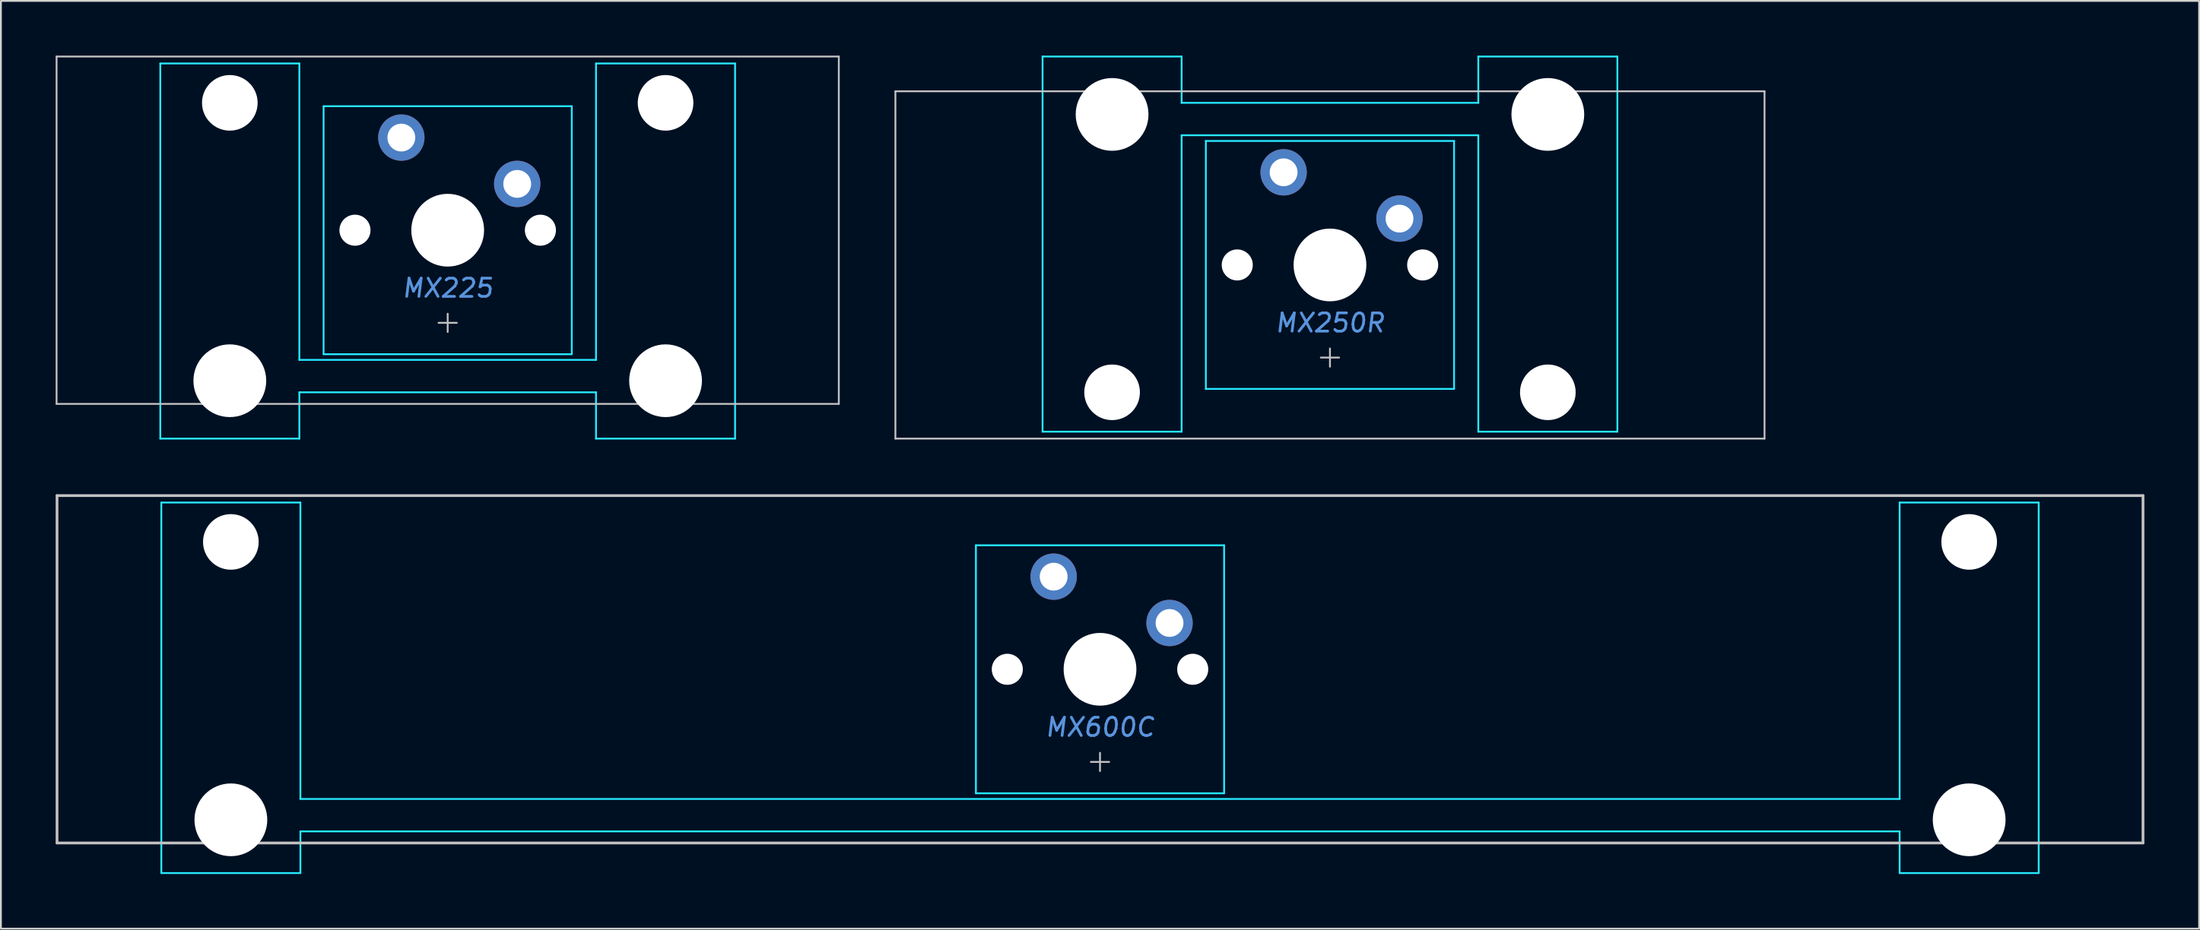
<source format=kicad_pcb>
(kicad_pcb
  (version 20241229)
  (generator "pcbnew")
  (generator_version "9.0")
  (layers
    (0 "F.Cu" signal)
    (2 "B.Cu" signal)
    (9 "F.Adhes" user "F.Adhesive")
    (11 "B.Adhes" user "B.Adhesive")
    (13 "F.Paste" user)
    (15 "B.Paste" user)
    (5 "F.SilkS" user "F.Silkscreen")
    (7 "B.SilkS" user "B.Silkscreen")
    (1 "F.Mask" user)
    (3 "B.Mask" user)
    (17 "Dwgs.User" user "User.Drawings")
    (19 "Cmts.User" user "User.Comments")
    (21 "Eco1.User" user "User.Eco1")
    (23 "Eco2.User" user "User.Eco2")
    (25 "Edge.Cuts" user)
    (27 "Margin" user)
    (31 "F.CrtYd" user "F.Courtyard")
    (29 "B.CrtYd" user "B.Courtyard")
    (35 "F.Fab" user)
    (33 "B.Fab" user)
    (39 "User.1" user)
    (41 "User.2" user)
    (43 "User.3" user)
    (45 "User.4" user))
  (footprint "MX225"
    (layer "F.Cu")
    (at 21.481 9.575)
    (property "Reference" "MX225" (at 0 3.175 0) (layer "Cmts.User") (effects (font (size 1 1) (thickness 0.15) (italic yes))))
    (attr through_hole)
    (fp_line (start -21.431 -9.525) (end -21.431 9.525) (stroke (width 0.1) (type solid)) (layer "Dwgs.User"))
    (fp_line (start -21.431 -9.525) (end 21.431 -9.525) (stroke (width 0.1) (type solid)) (layer "Dwgs.User"))
    (fp_line (start -21.431 9.525) (end 21.431 9.525) (stroke (width 0.1) (type solid)) (layer "Dwgs.User"))
    (fp_line (start -0.5 5.08) (end 0.5 5.08) (stroke (width 0.1) (type solid)) (layer "Dwgs.User"))
    (fp_line (start 0 5.58) (end 0 4.58) (stroke (width 0.1) (type solid)) (layer "Dwgs.User"))
    (fp_line (start 21.431 -9.525) (end 21.431 9.525) (stroke (width 0.1) (type solid)) (layer "Dwgs.User"))
    (fp_line (start -15.438 -5.485) (end -15.438 8.515) (stroke (width 0.1) (type solid)) (layer "Eco1.User"))
    (fp_line (start -14.938 -5.985) (end -8.938 -5.985) (stroke (width 0.1) (type solid)) (layer "Eco1.User"))
    (fp_line (start -8.938 9.015) (end -14.938 9.015) (stroke (width 0.1) (type solid)) (layer "Eco1.User"))
    (fp_line (start -8.438 8.515) (end -8.438 -5.485) (stroke (width 0.1) (type solid)) (layer "Eco1.User"))
    (fp_line (start -7 -6.5) (end -7 6.5) (stroke (width 0.1) (type solid)) (layer "Eco1.User"))
    (fp_line (start -6.5 7) (end 6.5 7) (stroke (width 0.1) (type solid)) (layer "Eco1.User"))
    (fp_line (start 6.5 -7) (end -6.5 -7) (stroke (width 0.1) (type solid)) (layer "Eco1.User"))
    (fp_line (start 7 6.5) (end 7 -6.5) (stroke (width 0.1) (type solid)) (layer "Eco1.User"))
    (fp_line (start 8.438 -5.485) (end 8.438 8.515) (stroke (width 0.1) (type solid)) (layer "Eco1.User"))
    (fp_line (start 8.938 -5.985) (end 14.938 -5.985) (stroke (width 0.1) (type solid)) (layer "Eco1.User"))
    (fp_line (start 14.938 9.015) (end 8.938 9.015) (stroke (width 0.1) (type solid)) (layer "Eco1.User"))
    (fp_line (start 15.438 8.515) (end 15.438 -5.485) (stroke (width 0.1) (type solid)) (layer "Eco1.User"))
    (fp_arc (start -15.438 -5.485) (mid -15.291553 -5.838553) (end -14.938 -5.985) (stroke (width 0.1) (type solid)) (layer "Eco1.User"))
    (fp_arc (start -14.938 9.015) (mid -15.291553 8.868553) (end -15.438 8.515) (stroke (width 0.1) (type solid)) (layer "Eco1.User"))
    (fp_arc (start -8.938 -5.985) (mid -8.584447 -5.838553) (end -8.438 -5.485) (stroke (width 0.1) (type solid)) (layer "Eco1.User"))
    (fp_arc (start -8.438 8.515) (mid -8.584447 8.868553) (end -8.938 9.015) (stroke (width 0.1) (type solid)) (layer "Eco1.User"))
    (fp_arc (start -7 -6.5) (mid -6.853553 -6.853553) (end -6.5 -7) (stroke (width 0.1) (type solid)) (layer "Eco1.User"))
    (fp_arc (start -6.5 7) (mid -6.853553 6.853553) (end -7 6.5) (stroke (width 0.1) (type solid)) (layer "Eco1.User"))
    (fp_arc (start 6.5 -7) (mid 6.853553 -6.853553) (end 7 -6.5) (stroke (width 0.1) (type solid)) (layer "Eco1.User"))
    (fp_arc (start 7 6.5) (mid 6.853553 6.853553) (end 6.5 7) (stroke (width 0.1) (type solid)) (layer "Eco1.User"))
    (fp_arc (start 8.438 -5.485) (mid 8.584447 -5.838553) (end 8.938 -5.985) (stroke (width 0.1) (type solid)) (layer "Eco1.User"))
    (fp_arc (start 8.938 9.015) (mid 8.584447 8.868553) (end 8.438 8.515) (stroke (width 0.1) (type solid)) (layer "Eco1.User"))
    (fp_arc (start 14.938 -5.985) (mid 15.291553 -5.838553) (end 15.438 -5.485) (stroke (width 0.1) (type solid)) (layer "Eco1.User"))
    (fp_arc (start 15.438 8.515) (mid 15.291553 8.868553) (end 14.938 9.015) (stroke (width 0.1) (type solid)) (layer "Eco1.User"))
    (fp_line (start -15.748 -9.144) (end -8.128 -9.144) (stroke (width 0.1) (type solid)) (layer "B.CrtYd"))
    (fp_line (start -15.748 11.43) (end -15.748 -9.144) (stroke (width 0.1) (type solid)) (layer "B.CrtYd"))
    (fp_line (start -8.128 -9.144) (end -8.128 7.112) (stroke (width 0.1) (type solid)) (layer "B.CrtYd"))
    (fp_line (start -8.128 7.112) (end 8.128 7.112) (stroke (width 0.1) (type solid)) (layer "B.CrtYd"))
    (fp_line (start -8.128 8.89) (end 8.128 8.89) (stroke (width 0.1) (type solid)) (layer "B.CrtYd"))
    (fp_line (start -8.128 11.43) (end -15.748 11.43) (stroke (width 0.1) (type solid)) (layer "B.CrtYd"))
    (fp_line (start -8.128 11.43) (end -8.128 8.89) (stroke (width 0.1) (type solid)) (layer "B.CrtYd"))
    (fp_line (start -6.8 6.8) (end -6.8 -6.8) (stroke (width 0.1) (type solid)) (layer "B.CrtYd"))
    (fp_line (start 6.8 -6.8) (end -6.8 -6.8) (stroke (width 0.1) (type solid)) (layer "B.CrtYd"))
    (fp_line (start 6.8 6.8) (end -6.8 6.8) (stroke (width 0.1) (type solid)) (layer "B.CrtYd"))
    (fp_line (start 6.8 6.8) (end 6.8 -6.8) (stroke (width 0.1) (type solid)) (layer "B.CrtYd"))
    (fp_line (start 8.128 -9.144) (end 8.128 7.112) (stroke (width 0.1) (type solid)) (layer "B.CrtYd"))
    (fp_line (start 8.128 -9.144) (end 15.748 -9.144) (stroke (width 0.1) (type solid)) (layer "B.CrtYd"))
    (fp_line (start 8.128 11.43) (end 8.128 8.89) (stroke (width 0.1) (type solid)) (layer "B.CrtYd"))
    (fp_line (start 15.748 -9.144) (end 15.748 11.43) (stroke (width 0.1) (type solid)) (layer "B.CrtYd"))
    (fp_line (start 15.748 11.43) (end 8.128 11.43) (stroke (width 0.1) (type solid)) (layer "B.CrtYd"))
    (pad "" np_thru_hole circle (at -11.938 -6.985) (size 3.048 3.048) (drill 3.048) (layers "*.Cu" "*.Mask"))
    (pad "" np_thru_hole circle (at -11.938 8.255) (size 3.988 3.988) (drill 3.988) (layers "*.Cu" "*.Mask"))
    (pad "" np_thru_hole circle (at -5.08 0) (size 1.702 1.702) (drill 1.702) (layers "*.Cu" "*.Mask"))
    (pad "" connect circle (at -2.54 -5.08) (size 1.524 1.524) (layers "B.Mask"))
    (pad "" np_thru_hole circle (at 0 0) (size 3.988 3.988) (drill 3.988) (layers "*.Cu" "*.Mask"))
    (pad "" connect circle (at 3.81 -2.54) (size 1.524 1.524) (layers "B.Mask"))
    (pad "" np_thru_hole circle (at 5.08 0) (size 1.702 1.702) (drill 1.702) (layers "*.Cu" "*.Mask"))
    (pad "" np_thru_hole circle (at 11.938 -6.985) (size 3.048 3.048) (drill 3.048) (layers "*.Cu" "*.Mask"))
    (pad "" np_thru_hole circle (at 11.938 8.255) (size 3.988 3.988) (drill 3.988) (layers "*.Cu" "*.Mask"))
    (pad "1" thru_hole circle (at -2.54 -5.08) (size 2.54 2.54) (drill 1.524) (layers "*.Cu" "F.Mask"))
    (pad "2" thru_hole circle (at 3.81 -2.54) (size 2.54 2.54) (drill 1.524) (layers "*.Cu" "F.Mask")))
  (footprint "MX250R"
    (layer "F.Cu")
    (at 69.825 11.48)
    (property "Reference" "MX250R" (at 0 3.175 0) (layer "Cmts.User") (effects (font (size 1 1) (thickness 0.15) (italic yes))))
    (attr through_hole)
    (fp_line (start -23.812 -9.525) (end -23.812 9.525) (stroke (width 0.1) (type solid)) (layer "Dwgs.User"))
    (fp_line (start -23.812 -9.525) (end 23.812 -9.525) (stroke (width 0.1) (type solid)) (layer "Dwgs.User"))
    (fp_line (start -23.812 9.525) (end 23.812 9.525) (stroke (width 0.1) (type solid)) (layer "Dwgs.User"))
    (fp_line (start -0.5 5.08) (end 0.5 5.08) (stroke (width 0.1) (type solid)) (layer "Dwgs.User"))
    (fp_line (start 0 5.58) (end 0 4.58) (stroke (width 0.1) (type solid)) (layer "Dwgs.User"))
    (fp_line (start 23.812 -9.525) (end 23.812 9.525) (stroke (width 0.1) (type solid)) (layer "Dwgs.User"))
    (fp_line (start -15.438 -8.515) (end -15.438 5.485) (stroke (width 0.1) (type solid)) (layer "Eco1.User"))
    (fp_line (start -14.938 -9.015) (end -8.938 -9.015) (stroke (width 0.1) (type solid)) (layer "Eco1.User"))
    (fp_line (start -8.938 5.985) (end -14.938 5.985) (stroke (width 0.1) (type solid)) (layer "Eco1.User"))
    (fp_line (start -8.438 5.485) (end -8.438 -8.515) (stroke (width 0.1) (type solid)) (layer "Eco1.User"))
    (fp_line (start -7 -6.5) (end -7 6.5) (stroke (width 0.1) (type solid)) (layer "Eco1.User"))
    (fp_line (start -6.5 7) (end 6.5 7) (stroke (width 0.1) (type solid)) (layer "Eco1.User"))
    (fp_line (start 6.5 -7) (end -6.5 -7) (stroke (width 0.1) (type solid)) (layer "Eco1.User"))
    (fp_line (start 7 6.5) (end 7 -6.5) (stroke (width 0.1) (type solid)) (layer "Eco1.User"))
    (fp_line (start 8.438 -8.515) (end 8.438 5.485) (stroke (width 0.1) (type solid)) (layer "Eco1.User"))
    (fp_line (start 8.938 -9.015) (end 14.938 -9.015) (stroke (width 0.1) (type solid)) (layer "Eco1.User"))
    (fp_line (start 14.938 5.985) (end 8.938 5.985) (stroke (width 0.1) (type solid)) (layer "Eco1.User"))
    (fp_line (start 15.438 5.485) (end 15.438 -8.515) (stroke (width 0.1) (type solid)) (layer "Eco1.User"))
    (fp_arc (start -15.438 -8.515) (mid -15.291553 -8.868553) (end -14.938 -9.015) (stroke (width 0.1) (type solid)) (layer "Eco1.User"))
    (fp_arc (start -14.938 5.985) (mid -15.291553 5.838553) (end -15.438 5.485) (stroke (width 0.1) (type solid)) (layer "Eco1.User"))
    (fp_arc (start -8.938 -9.015) (mid -8.584447 -8.868553) (end -8.438 -8.515) (stroke (width 0.1) (type solid)) (layer "Eco1.User"))
    (fp_arc (start -8.438 5.485) (mid -8.584447 5.838553) (end -8.938 5.985) (stroke (width 0.1) (type solid)) (layer "Eco1.User"))
    (fp_arc (start -7 -6.5) (mid -6.853553 -6.853553) (end -6.5 -7) (stroke (width 0.1) (type solid)) (layer "Eco1.User"))
    (fp_arc (start -6.5 7) (mid -6.853553 6.853553) (end -7 6.5) (stroke (width 0.1) (type solid)) (layer "Eco1.User"))
    (fp_arc (start 6.5 -7) (mid 6.853553 -6.853553) (end 7 -6.5) (stroke (width 0.1) (type solid)) (layer "Eco1.User"))
    (fp_arc (start 7 6.5) (mid 6.853553 6.853553) (end 6.5 7) (stroke (width 0.1) (type solid)) (layer "Eco1.User"))
    (fp_arc (start 8.438 -8.515) (mid 8.584447 -8.868553) (end 8.938 -9.015) (stroke (width 0.1) (type solid)) (layer "Eco1.User"))
    (fp_arc (start 8.938 5.985) (mid 8.584447 5.838553) (end 8.438 5.485) (stroke (width 0.1) (type solid)) (layer "Eco1.User"))
    (fp_arc (start 14.938 -9.015) (mid 15.291553 -8.868553) (end 15.438 -8.515) (stroke (width 0.1) (type solid)) (layer "Eco1.User"))
    (fp_arc (start 15.438 5.485) (mid 15.291553 5.838553) (end 14.938 5.985) (stroke (width 0.1) (type solid)) (layer "Eco1.User"))
    (fp_line (start -15.748 -11.43) (end -8.128 -11.43) (stroke (width 0.1) (type solid)) (layer "B.CrtYd"))
    (fp_line (start -15.748 9.144) (end -15.748 -11.43) (stroke (width 0.1) (type solid)) (layer "B.CrtYd"))
    (fp_line (start -8.128 -11.43) (end -8.128 -8.89) (stroke (width 0.1) (type solid)) (layer "B.CrtYd"))
    (fp_line (start -8.128 9.144) (end -15.748 9.144) (stroke (width 0.1) (type solid)) (layer "B.CrtYd"))
    (fp_line (start -8.128 9.144) (end -8.128 -7.112) (stroke (width 0.1) (type solid)) (layer "B.CrtYd"))
    (fp_line (start -6.8 6.8) (end -6.8 -6.8) (stroke (width 0.1) (type solid)) (layer "B.CrtYd"))
    (fp_line (start 6.8 -6.8) (end -6.8 -6.8) (stroke (width 0.1) (type solid)) (layer "B.CrtYd"))
    (fp_line (start 6.8 6.8) (end -6.8 6.8) (stroke (width 0.1) (type solid)) (layer "B.CrtYd"))
    (fp_line (start 6.8 6.8) (end 6.8 -6.8) (stroke (width 0.1) (type solid)) (layer "B.CrtYd"))
    (fp_line (start 8.128 -11.43) (end 8.128 -8.89) (stroke (width 0.1) (type solid)) (layer "B.CrtYd"))
    (fp_line (start 8.128 -11.43) (end 15.748 -11.43) (stroke (width 0.1) (type solid)) (layer "B.CrtYd"))
    (fp_line (start 8.128 -8.89) (end -8.128 -8.89) (stroke (width 0.1) (type solid)) (layer "B.CrtYd"))
    (fp_line (start 8.128 -7.112) (end -8.128 -7.112) (stroke (width 0.1) (type solid)) (layer "B.CrtYd"))
    (fp_line (start 8.128 9.144) (end 8.128 -7.112) (stroke (width 0.1) (type solid)) (layer "B.CrtYd"))
    (fp_line (start 15.748 -11.43) (end 15.748 9.144) (stroke (width 0.1) (type solid)) (layer "B.CrtYd"))
    (fp_line (start 15.748 9.144) (end 8.128 9.144) (stroke (width 0.1) (type solid)) (layer "B.CrtYd"))
    (pad "" np_thru_hole circle (at -11.938 -8.255 180) (size 3.988 3.988) (drill 3.988) (layers "*.Cu" "*.Mask"))
    (pad "" np_thru_hole circle (at -11.938 6.985 180) (size 3.048 3.048) (drill 3.048) (layers "*.Cu" "*.Mask"))
    (pad "" np_thru_hole circle (at -5.08 0) (size 1.702 1.702) (drill 1.702) (layers "*.Cu" "*.Mask"))
    (pad "" connect circle (at -2.54 -5.08) (size 1.524 1.524) (layers "B.Mask"))
    (pad "" np_thru_hole circle (at 0 0) (size 3.988 3.988) (drill 3.988) (layers "*.Cu" "*.Mask"))
    (pad "" connect circle (at 3.81 -2.54) (size 1.524 1.524) (layers "B.Mask"))
    (pad "" np_thru_hole circle (at 5.08 0) (size 1.702 1.702) (drill 1.702) (layers "*.Cu" "*.Mask"))
    (pad "" np_thru_hole circle (at 11.938 -8.255 180) (size 3.988 3.988) (drill 3.988) (layers "*.Cu" "*.Mask"))
    (pad "" np_thru_hole circle (at 11.938 6.985 180) (size 3.048 3.048) (drill 3.048) (layers "*.Cu" "*.Mask"))
    (pad "1" thru_hole circle (at -2.54 -5.08) (size 2.54 2.54) (drill 1.524) (layers "*.Cu" "F.Mask"))
    (pad "2" thru_hole circle (at 3.81 -2.54) (size 2.54 2.54) (drill 1.524) (layers "*.Cu" "F.Mask")))
  (footprint "MX600C"
    (layer "F.Cu")
    (at 57.225 33.655)
    (property "Reference" "MX600C" (at 0 3.175 0) (layer "Cmts.User") (effects (font (size 1 1) (thickness 0.15) (italic yes))))
    (attr through_hole)
    (fp_line (start -57.15 -9.525) (end 57.15 -9.525) (stroke (width 0.15) (type solid)) (layer "Dwgs.User"))
    (fp_line (start -57.15 9.525) (end -57.15 -9.525) (stroke (width 0.15) (type solid)) (layer "Dwgs.User"))
    (fp_line (start -57.15 9.525) (end 57.15 9.525) (stroke (width 0.15) (type solid)) (layer "Dwgs.User"))
    (fp_line (start -0.5 5.08) (end 0.5 5.08) (stroke (width 0.1) (type solid)) (layer "Dwgs.User"))
    (fp_line (start 0 5.58) (end 0 4.58) (stroke (width 0.1) (type solid)) (layer "Dwgs.User"))
    (fp_line (start 57.15 -9.525) (end 57.15 9.525) (stroke (width 0.15) (type solid)) (layer "Dwgs.User"))
    (fp_line (start -51.125 -5.485) (end -51.125 8.515) (stroke (width 0.1) (type solid)) (layer "Eco1.User"))
    (fp_line (start -50.625 -5.985) (end -44.625 -5.985) (stroke (width 0.1) (type solid)) (layer "Eco1.User"))
    (fp_line (start -44.625 9.015) (end -50.625 9.015) (stroke (width 0.1) (type solid)) (layer "Eco1.User"))
    (fp_line (start -44.125 8.515) (end -44.125 -5.485) (stroke (width 0.1) (type solid)) (layer "Eco1.User"))
    (fp_line (start -7 -6.5) (end -7 6.5) (stroke (width 0.1) (type solid)) (layer "Eco1.User"))
    (fp_line (start -6.5 7) (end 6.5 7) (stroke (width 0.1) (type solid)) (layer "Eco1.User"))
    (fp_line (start 6.5 -7) (end -6.5 -7) (stroke (width 0.1) (type solid)) (layer "Eco1.User"))
    (fp_line (start 7 6.5) (end 7 -6.5) (stroke (width 0.1) (type solid)) (layer "Eco1.User"))
    (fp_line (start 44.125 -5.485) (end 44.125 8.515) (stroke (width 0.1) (type solid)) (layer "Eco1.User"))
    (fp_line (start 44.625 -5.985) (end 50.625 -5.985) (stroke (width 0.1) (type solid)) (layer "Eco1.User"))
    (fp_line (start 50.625 9.015) (end 44.625 9.015) (stroke (width 0.1) (type solid)) (layer "Eco1.User"))
    (fp_line (start 51.125 8.515) (end 51.125 -5.485) (stroke (width 0.1) (type solid)) (layer "Eco1.User"))
    (fp_arc (start -51.125 -5.485) (mid -50.978553 -5.838553) (end -50.625 -5.985) (stroke (width 0.1) (type solid)) (layer "Eco1.User"))
    (fp_arc (start -50.625 9.015) (mid -50.978553 8.868553) (end -51.125 8.515) (stroke (width 0.1) (type solid)) (layer "Eco1.User"))
    (fp_arc (start -44.625 -5.985) (mid -44.271447 -5.838553) (end -44.125 -5.485) (stroke (width 0.1) (type solid)) (layer "Eco1.User"))
    (fp_arc (start -44.125 8.515) (mid -44.271447 8.868553) (end -44.625 9.015) (stroke (width 0.1) (type solid)) (layer "Eco1.User"))
    (fp_arc (start -7 -6.5) (mid -6.853553 -6.853553) (end -6.5 -7) (stroke (width 0.1) (type solid)) (layer "Eco1.User"))
    (fp_arc (start -6.5 7) (mid -6.853553 6.853553) (end -7 6.5) (stroke (width 0.1) (type solid)) (layer "Eco1.User"))
    (fp_arc (start 6.5 -7) (mid 6.853553 -6.853553) (end 7 -6.5) (stroke (width 0.1) (type solid)) (layer "Eco1.User"))
    (fp_arc (start 7 6.5) (mid 6.853553 6.853553) (end 6.5 7) (stroke (width 0.1) (type solid)) (layer "Eco1.User"))
    (fp_arc (start 44.125 -5.485) (mid 44.271447 -5.838553) (end 44.625 -5.985) (stroke (width 0.1) (type solid)) (layer "Eco1.User"))
    (fp_arc (start 44.625 9.015) (mid 44.271447 8.868553) (end 44.125 8.515) (stroke (width 0.1) (type solid)) (layer "Eco1.User"))
    (fp_arc (start 50.625 -5.985) (mid 50.978553 -5.838553) (end 51.125 -5.485) (stroke (width 0.1) (type solid)) (layer "Eco1.User"))
    (fp_arc (start 51.125 8.515) (mid 50.978553 8.868553) (end 50.625 9.015) (stroke (width 0.1) (type solid)) (layer "Eco1.User"))
    (fp_line (start -51.435 -9.144) (end -51.435 11.176) (stroke (width 0.1) (type solid)) (layer "B.CrtYd"))
    (fp_line (start -51.435 -9.144) (end -43.815 -9.144) (stroke (width 0.1) (type solid)) (layer "B.CrtYd"))
    (fp_line (start -51.435 11.176) (end -43.815 11.176) (stroke (width 0.1) (type solid)) (layer "B.CrtYd"))
    (fp_line (start -43.815 7.112) (end -43.815 -9.144) (stroke (width 0.1) (type solid)) (layer "B.CrtYd"))
    (fp_line (start -43.815 7.112) (end 43.815 7.112) (stroke (width 0.1) (type solid)) (layer "B.CrtYd"))
    (fp_line (start -43.815 8.89) (end -43.815 11.176) (stroke (width 0.1) (type solid)) (layer "B.CrtYd"))
    (fp_line (start -43.815 8.89) (end 43.815 8.89) (stroke (width 0.1) (type solid)) (layer "B.CrtYd"))
    (fp_line (start -6.8 -6.8) (end -6.8 6.8) (stroke (width 0.1) (type solid)) (layer "B.CrtYd"))
    (fp_line (start -6.8 -6.8) (end 6.8 -6.8) (stroke (width 0.1) (type solid)) (layer "B.CrtYd"))
    (fp_line (start -6.8 6.8) (end 6.8 6.8) (stroke (width 0.1) (type solid)) (layer "B.CrtYd"))
    (fp_line (start 6.8 6.8) (end 6.8 -6.8) (stroke (width 0.1) (type solid)) (layer "B.CrtYd"))
    (fp_line (start 43.815 -9.144) (end 51.435 -9.144) (stroke (width 0.1) (type solid)) (layer "B.CrtYd"))
    (fp_line (start 43.815 7.112) (end 43.815 -9.144) (stroke (width 0.1) (type solid)) (layer "B.CrtYd"))
    (fp_line (start 43.815 8.89) (end 43.815 11.176) (stroke (width 0.1) (type solid)) (layer "B.CrtYd"))
    (fp_line (start 43.815 11.176) (end 51.435 11.176) (stroke (width 0.1) (type solid)) (layer "B.CrtYd"))
    (fp_line (start 51.435 -9.144) (end 51.435 11.176) (stroke (width 0.1) (type solid)) (layer "B.CrtYd"))
    (pad "" np_thru_hole circle (at -47.625 -6.985 180) (size 3.048 3.048) (drill 3.048) (layers "*.Cu" "*.Mask"))
    (pad "" np_thru_hole circle (at -47.625 8.255 180) (size 3.988 3.988) (drill 3.988) (layers "*.Cu" "*.Mask"))
    (pad "" np_thru_hole circle (at -5.08 0) (size 1.702 1.702) (drill 1.702) (layers "*.Cu" "*.Mask"))
    (pad "" connect circle (at -2.54 -5.08) (size 1.524 1.524) (layers "B.Mask"))
    (pad "" np_thru_hole circle (at 0 0) (size 3.988 3.988) (drill 3.988) (layers "*.Cu" "*.Mask"))
    (pad "" connect circle (at 3.81 -2.54) (size 1.524 1.524) (layers "B.Mask"))
    (pad "" np_thru_hole circle (at 5.08 0) (size 1.702 1.702) (drill 1.702) (layers "*.Cu" "*.Mask"))
    (pad "" np_thru_hole circle (at 47.625 -6.985 180) (size 3.048 3.048) (drill 3.048) (layers "*.Cu" "*.Mask"))
    (pad "" np_thru_hole circle (at 47.625 8.255 180) (size 3.988 3.988) (drill 3.988) (layers "*.Cu" "*.Mask"))
    (pad "1" thru_hole circle (at -2.54 -5.08) (size 2.54 2.54) (drill 1.524) (layers "*.Cu" "F.Mask"))
    (pad "2" thru_hole circle (at 3.81 -2.54) (size 2.54 2.54) (drill 1.524) (layers "*.Cu" "F.Mask")))
  (gr_rect
    (start -3 -3)
    (end 117.45 47.881)
    (stroke (width 0.1) (type default))
    (fill no)
    (layer "Edge.Cuts")))
</source>
